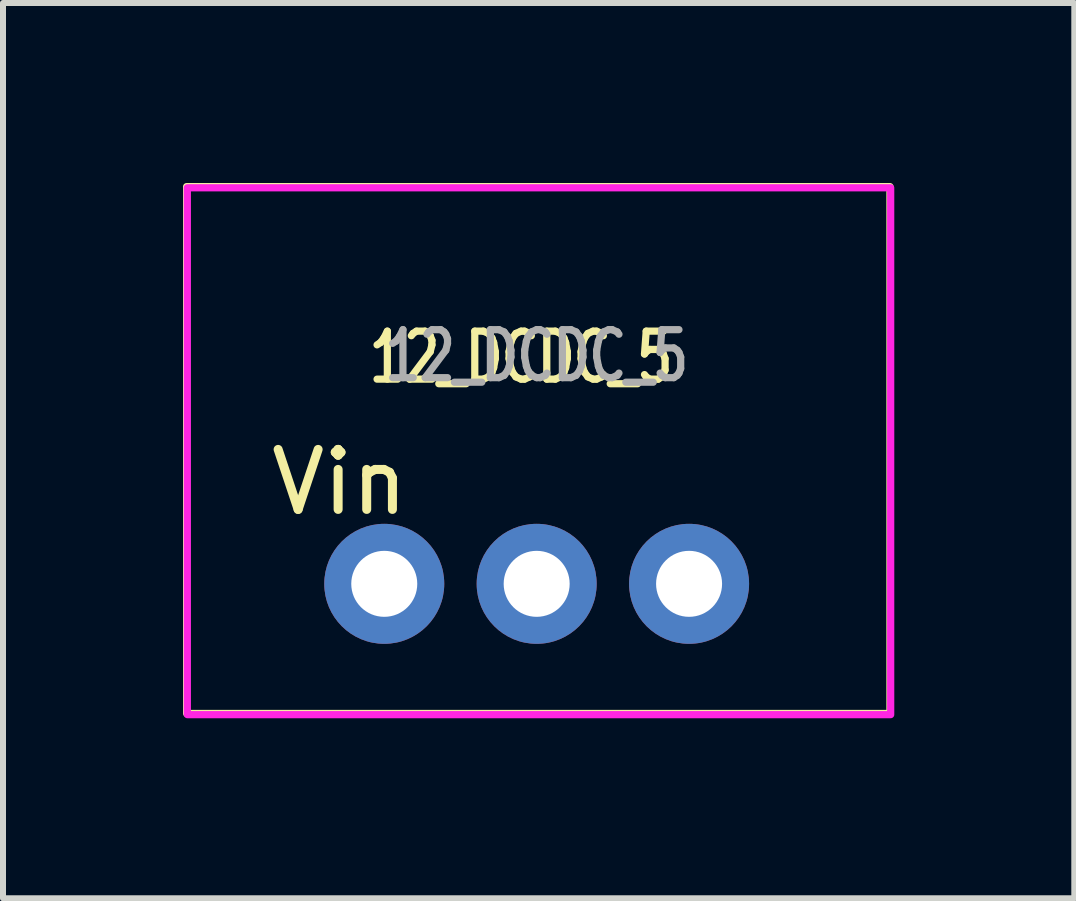
<source format=kicad_pcb>
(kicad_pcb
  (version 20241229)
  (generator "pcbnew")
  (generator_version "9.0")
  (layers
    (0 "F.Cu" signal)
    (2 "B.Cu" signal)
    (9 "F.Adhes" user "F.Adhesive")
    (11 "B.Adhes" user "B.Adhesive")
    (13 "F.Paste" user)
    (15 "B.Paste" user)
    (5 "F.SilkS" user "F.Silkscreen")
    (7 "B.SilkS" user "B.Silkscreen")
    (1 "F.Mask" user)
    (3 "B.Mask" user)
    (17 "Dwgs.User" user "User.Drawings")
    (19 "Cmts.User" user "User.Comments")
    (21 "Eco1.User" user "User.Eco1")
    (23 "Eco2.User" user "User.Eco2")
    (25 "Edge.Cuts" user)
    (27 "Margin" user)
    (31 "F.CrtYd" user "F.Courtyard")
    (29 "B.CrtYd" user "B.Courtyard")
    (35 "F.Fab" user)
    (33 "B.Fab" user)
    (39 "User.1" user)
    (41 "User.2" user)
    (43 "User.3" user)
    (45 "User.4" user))
  (footprint "12_DCDC_5"
    (layer "F.Cu")
    (at 5.894 6.58)
    (property "Reference" "12_DCDC_5" (at -0.26 -3.675 0) (unlocked yes) (layer "F.SilkS") (effects (font (size 0.8 0.6) (thickness 0.12))))
    (attr through_hole exclude_from_pos_files exclude_from_bom)
    (fp_rect (start -5.834 -6.52) (end 5.888 2.26) (stroke (width 0.12) (type solid)) (fill no) (layer "F.SilkS"))
    (fp_rect (start -5.822 -6.5) (end 5.9 2.28) (stroke (width 0.12) (type solid)) (fill no) (layer "F.CrtYd"))
    (fp_text user "Vin" (at -3.285 -1.595 0) (unlocked yes) (layer "F.SilkS") (effects (font (size 1 1) (thickness 0.15))))
    (fp_text user "${REFERENCE}" (at 0 -3.7 0) (unlocked yes) (layer "F.Fab") (effects (font (size 0.8 0.6) (thickness 0.12))))
    (pad "1" thru_hole circle (at -2.54 0.1) (size 2 2) (drill 1.1) (layers "*.Cu" "*.Mask"))
    (pad "2" thru_hole circle (at 0 0.1) (size 2 2) (drill 1.1) (layers "*.Cu" "*.Mask"))
    (pad "3" thru_hole circle (at 2.54 0.1) (size 2 2) (drill 1.1) (layers "*.Cu" "*.Mask")))
  (gr_rect
    (start -3 -3)
    (end 14.854 11.92)
    (stroke (width 0.1) (type default))
    (fill no)
    (layer "Edge.Cuts")))
</source>
